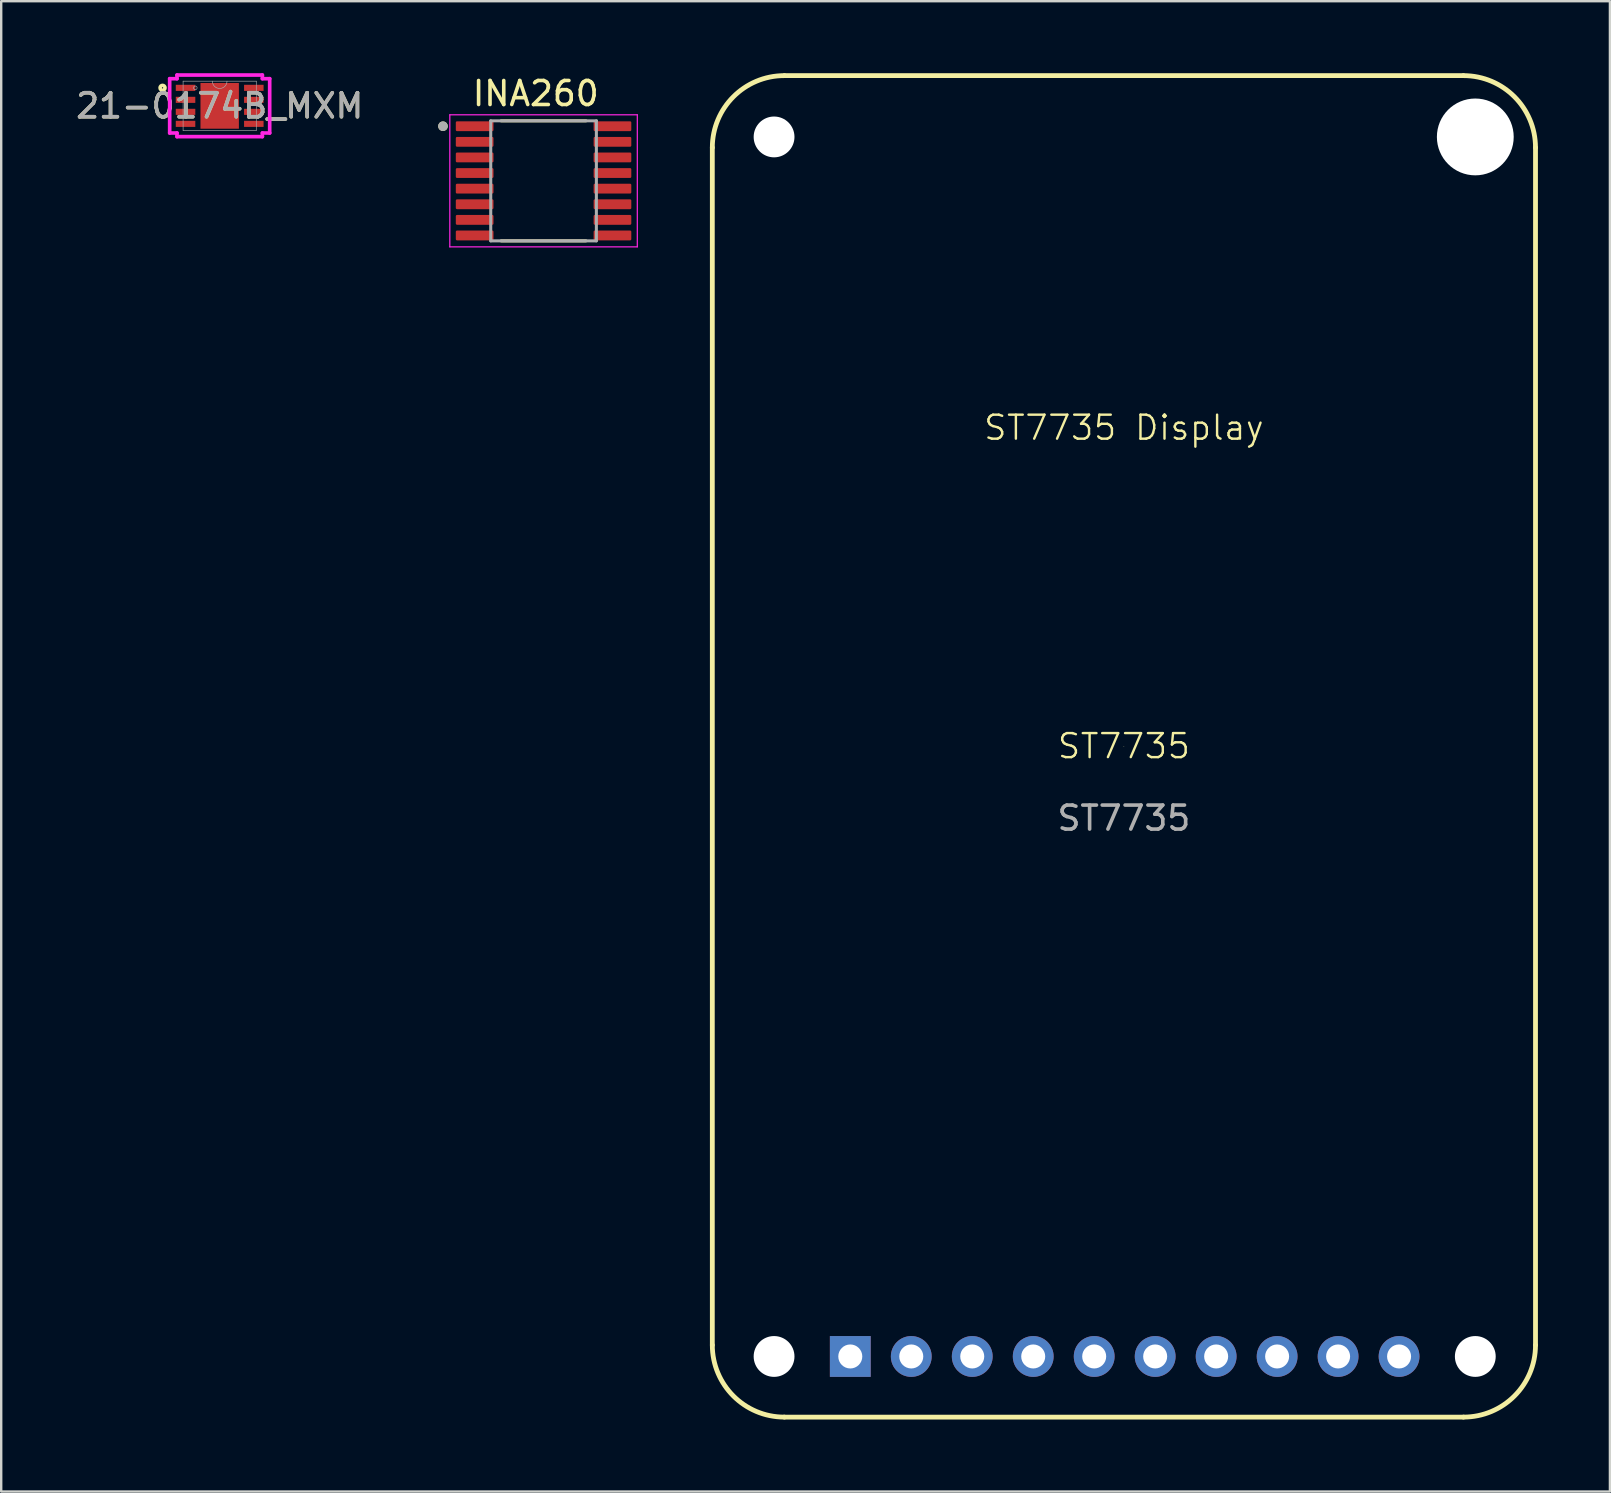
<source format=kicad_pcb>
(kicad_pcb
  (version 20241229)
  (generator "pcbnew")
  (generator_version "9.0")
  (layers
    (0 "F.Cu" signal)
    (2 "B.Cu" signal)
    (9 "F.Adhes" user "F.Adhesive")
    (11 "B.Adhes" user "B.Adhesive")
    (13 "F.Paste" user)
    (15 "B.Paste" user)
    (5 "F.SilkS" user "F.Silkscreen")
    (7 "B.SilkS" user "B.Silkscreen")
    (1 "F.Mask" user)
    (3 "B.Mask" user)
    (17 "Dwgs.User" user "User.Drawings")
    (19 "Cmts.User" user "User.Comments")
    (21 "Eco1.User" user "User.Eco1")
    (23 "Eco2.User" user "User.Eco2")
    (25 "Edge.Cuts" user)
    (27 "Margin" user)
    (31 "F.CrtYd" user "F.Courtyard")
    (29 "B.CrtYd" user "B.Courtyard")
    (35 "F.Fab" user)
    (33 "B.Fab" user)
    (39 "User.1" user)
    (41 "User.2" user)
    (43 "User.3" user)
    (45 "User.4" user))
  (footprint "21-0174B_MXM"
    (layer "F.Cu")
    (at 6.101 1.359)
    (property "Reference" "21-0174B_MXM" (at 0 0 0) (unlocked yes) (layer "F.SilkS") (effects (font (size 1 1) (thickness 0.15))))
    (attr smd)
    (fp_circle (center -2.38 -0.75) (end -2.278 -0.75) (stroke (width 0.152) (type solid)) (fill no) (layer "F.SilkS"))
    (fp_line (start -2.083 -1.131) (end -1.778 -1.131) (stroke (width 0.152) (type solid)) (layer "F.CrtYd"))
    (fp_line (start -2.083 1.131) (end -2.083 -1.131) (stroke (width 0.152) (type solid)) (layer "F.CrtYd"))
    (fp_line (start -2.083 1.131) (end -1.778 1.131) (stroke (width 0.152) (type solid)) (layer "F.CrtYd"))
    (fp_line (start -1.778 -1.283) (end 1.778 -1.283) (stroke (width 0.152) (type solid)) (layer "F.CrtYd"))
    (fp_line (start -1.778 -1.131) (end -1.778 -1.283) (stroke (width 0.152) (type solid)) (layer "F.CrtYd"))
    (fp_line (start -1.778 1.283) (end -1.778 1.131) (stroke (width 0.152) (type solid)) (layer "F.CrtYd"))
    (fp_line (start 1.778 -1.283) (end 1.778 -1.131) (stroke (width 0.152) (type solid)) (layer "F.CrtYd"))
    (fp_line (start 1.778 1.131) (end 1.778 1.283) (stroke (width 0.152) (type solid)) (layer "F.CrtYd"))
    (fp_line (start 1.778 1.283) (end -1.778 1.283) (stroke (width 0.152) (type solid)) (layer "F.CrtYd"))
    (fp_line (start 2.083 -1.131) (end 1.778 -1.131) (stroke (width 0.152) (type solid)) (layer "F.CrtYd"))
    (fp_line (start 2.083 -1.131) (end 2.083 1.131) (stroke (width 0.152) (type solid)) (layer "F.CrtYd"))
    (fp_line (start 2.083 1.131) (end 1.778 1.131) (stroke (width 0.152) (type solid)) (layer "F.CrtYd"))
    (fp_line (start -1.524 -1.029) (end -1.524 1.029) (stroke (width 0.025) (type solid)) (layer "F.Fab"))
    (fp_line (start -1.524 1.029) (end 1.524 1.029) (stroke (width 0.025) (type solid)) (layer "F.Fab"))
    (fp_line (start 1.524 -1.029) (end -1.524 -1.029) (stroke (width 0.025) (type solid)) (layer "F.Fab"))
    (fp_line (start 1.524 1.029) (end 1.524 -1.029) (stroke (width 0.025) (type solid)) (layer "F.Fab"))
    (fp_arc (start 0.3048 -1.0287) (mid 0 -0.7239) (end -0.3048 -1.0287) (stroke (width 0.0254) (type solid)) (layer "F.Fab"))
    (fp_circle (center -1.016 -0.75) (end -0.94 -0.75) (stroke (width 0.025) (type solid)) (fill no) (layer "F.Fab"))
    (fp_text user "${REFERENCE}" (at 0 0 0) (unlocked yes) (layer "F.Fab") (effects (font (size 1 1) (thickness 0.15))))
    (pad "1" smd rect (at -1.422 -0.75) (size 0.813 0.254) (layers "F.Cu" "F.Mask" "F.Paste"))
    (pad "2" smd rect (at -1.422 -0.25) (size 0.813 0.254) (layers "F.Cu" "F.Mask" "F.Paste"))
    (pad "3" smd rect (at -1.422 0.25) (size 0.813 0.254) (layers "F.Cu" "F.Mask" "F.Paste"))
    (pad "4" smd rect (at -1.422 0.75) (size 0.813 0.254) (layers "F.Cu" "F.Mask" "F.Paste"))
    (pad "5" smd rect (at 1.422 0.75) (size 0.813 0.254) (layers "F.Cu" "F.Mask" "F.Paste"))
    (pad "6" smd rect (at 1.422 0.25) (size 0.813 0.254) (layers "F.Cu" "F.Mask" "F.Paste"))
    (pad "7" smd rect (at 1.422 -0.25) (size 0.813 0.254) (layers "F.Cu" "F.Mask" "F.Paste"))
    (pad "8" smd rect (at 1.422 -0.75) (size 0.813 0.254) (layers "F.Cu" "F.Mask" "F.Paste"))
    (pad "9" smd rect (at 0 0) (size 1.6 1.905) (layers "F.Cu" "F.Mask" "F.Paste")))
  (footprint "INA260"
    (layer "F.Cu")
    (at 19.592 4.483)
    (property "Reference" "INA260" (at -0.325 -3.635 0) (layer "F.SilkS") (effects (font (size 1 1) (thickness 0.15))))
    (attr smd)
    (fp_line (start -1.765 -2.5) (end 1.765 -2.5) (stroke (width 0.127) (type solid)) (layer "F.SilkS"))
    (fp_line (start 1.765 2.5) (end -1.765 2.5) (stroke (width 0.127) (type solid)) (layer "F.SilkS"))
    (fp_circle (center -4.19 -2.275) (end -4.09 -2.275) (stroke (width 0.2) (type solid)) (fill no) (layer "F.SilkS"))
    (fp_line (start -3.905 -2.75) (end -3.905 2.75) (stroke (width 0.05) (type solid)) (layer "F.CrtYd"))
    (fp_line (start -3.905 -2.75) (end 3.905 -2.75) (stroke (width 0.05) (type solid)) (layer "F.CrtYd"))
    (fp_line (start -3.905 2.75) (end 3.905 2.75) (stroke (width 0.05) (type solid)) (layer "F.CrtYd"))
    (fp_line (start 3.905 -2.75) (end 3.905 2.75) (stroke (width 0.05) (type solid)) (layer "F.CrtYd"))
    (fp_line (start -2.2 -2.5) (end -2.2 2.5) (stroke (width 0.127) (type solid)) (layer "F.Fab"))
    (fp_line (start -2.2 -2.5) (end 2.2 -2.5) (stroke (width 0.127) (type solid)) (layer "F.Fab"))
    (fp_line (start -2.2 2.5) (end 2.2 2.5) (stroke (width 0.127) (type solid)) (layer "F.Fab"))
    (fp_line (start 2.2 -2.5) (end 2.2 2.5) (stroke (width 0.127) (type solid)) (layer "F.Fab"))
    (fp_circle (center -4.19 -2.275) (end -4.09 -2.275) (stroke (width 0.2) (type solid)) (fill no) (layer "F.Fab"))
    (pad "1" smd roundrect (at -2.87 -2.275) (size 1.57 0.41) (layers "F.Cu" "F.Mask" "F.Paste") (roundrect_rratio 0.125))
    (pad "2" smd roundrect (at -2.87 -1.625) (size 1.57 0.41) (layers "F.Cu" "F.Mask" "F.Paste") (roundrect_rratio 0.125))
    (pad "3" smd roundrect (at -2.87 -0.975) (size 1.57 0.41) (layers "F.Cu" "F.Mask" "F.Paste") (roundrect_rratio 0.125))
    (pad "4" smd roundrect (at -2.87 -0.325) (size 1.57 0.41) (layers "F.Cu" "F.Mask" "F.Paste") (roundrect_rratio 0.125))
    (pad "5" smd roundrect (at -2.87 0.325) (size 1.57 0.41) (layers "F.Cu" "F.Mask" "F.Paste") (roundrect_rratio 0.125))
    (pad "6" smd roundrect (at -2.87 0.975) (size 1.57 0.41) (layers "F.Cu" "F.Mask" "F.Paste") (roundrect_rratio 0.125))
    (pad "7" smd roundrect (at -2.87 1.625) (size 1.57 0.41) (layers "F.Cu" "F.Mask" "F.Paste") (roundrect_rratio 0.125))
    (pad "8" smd roundrect (at -2.87 2.275) (size 1.57 0.41) (layers "F.Cu" "F.Mask" "F.Paste") (roundrect_rratio 0.125))
    (pad "9" smd roundrect (at 2.87 2.275) (size 1.57 0.41) (layers "F.Cu" "F.Mask" "F.Paste") (roundrect_rratio 0.125))
    (pad "10" smd roundrect (at 2.87 1.625) (size 1.57 0.41) (layers "F.Cu" "F.Mask" "F.Paste") (roundrect_rratio 0.125))
    (pad "11" smd roundrect (at 2.87 0.975) (size 1.57 0.41) (layers "F.Cu" "F.Mask" "F.Paste") (roundrect_rratio 0.125))
    (pad "12" smd roundrect (at 2.87 0.325) (size 1.57 0.41) (layers "F.Cu" "F.Mask" "F.Paste") (roundrect_rratio 0.125))
    (pad "13" smd roundrect (at 2.87 -0.325) (size 1.57 0.41) (layers "F.Cu" "F.Mask" "F.Paste") (roundrect_rratio 0.125))
    (pad "14" smd roundrect (at 2.87 -0.975) (size 1.57 0.41) (layers "F.Cu" "F.Mask" "F.Paste") (roundrect_rratio 0.125))
    (pad "15" smd roundrect (at 2.87 -1.625) (size 1.57 0.41) (layers "F.Cu" "F.Mask" "F.Paste") (roundrect_rratio 0.125))
    (pad "16" smd roundrect (at 2.87 -2.275) (size 1.57 0.41) (layers "F.Cu" "F.Mask" "F.Paste") (roundrect_rratio 0.125)))
  (footprint "ST7735"
    (layer "F.Cu")
    (at 43.767 28.05)
    (property "Reference" "ST7735" (at 0 -0.02 0) (unlocked yes) (layer "F.SilkS") (effects (font (size 1 1) (thickness 0.1))))
    (attr through_hole)
    (fp_line (start -17.145 24.93) (end -17.145 -24.95) (stroke (width 0.2) (type default)) (layer "F.SilkS"))
    (fp_line (start -14.145 -27.95) (end 14.145 -27.95) (stroke (width 0.2) (type default)) (layer "F.SilkS"))
    (fp_line (start -14.145 27.93) (end 14.145 27.93) (stroke (width 0.2) (type default)) (layer "F.SilkS"))
    (fp_line (start 17.145 24.93) (end 17.145 -24.95) (stroke (width 0.2) (type default)) (layer "F.SilkS"))
    (fp_arc (start -17.145 -24.95) (mid -16.26632 -27.07132) (end -14.145 -27.95) (stroke (width 0.2) (type default)) (layer "F.SilkS"))
    (fp_arc (start -14.144999 27.93) (mid -16.26632 27.05132) (end -17.145 24.929999) (stroke (width 0.2) (type default)) (layer "F.SilkS"))
    (fp_arc (start 14.145 -27.95) (mid 16.26632 -27.07132) (end 17.145 -24.95) (stroke (width 0.2) (type default)) (layer "F.SilkS"))
    (fp_arc (start 17.145 24.929999) (mid 16.26632 27.05132) (end 14.144999 27.93) (stroke (width 0.2) (type default)) (layer "F.SilkS"))
    (fp_circle (center 0 -0.01) (end 0 -0.02) (stroke (width 0.0001) (type default)) (fill yes) (layer "F.SilkS"))
    (fp_circle (center 0 -0.01) (end 0 -0.02) (stroke (width 0.0001) (type default)) (fill yes) (layer "F.SilkS"))
    (fp_text user "ST7735 Display" (at 0 -12.7 0) (unlocked yes) (layer "F.SilkS") (effects (font (size 1 1) (thickness 0.1)) (justify bottom)))
    (fp_text user "${REFERENCE}" (at 0 2.98 0) (unlocked yes) (layer "F.Fab") (effects (font (size 1 1) (thickness 0.15))))
    (pad "" np_thru_hole circle (at -14.573 -25.396) (size 1.7 1.7) (drill 3.2) (layers "*.Cu" "*.Mask"))
    (pad "" np_thru_hole circle (at -14.573 25.404) (size 1.7 1.7) (drill 3.2) (layers "*.Cu" "*.Mask"))
    (pad "" np_thru_hole circle (at 14.637 -25.396) (size 3.2 3.2) (drill 3.2) (layers "*.Cu" "*.Mask"))
    (pad "" np_thru_hole circle (at 14.637 25.404) (size 1.7 1.7) (drill 3.2) (layers "*.Cu" "*.Mask"))
    (pad "1" thru_hole rect (at -11.398 25.404) (size 1.7 1.7) (drill 1) (layers "*.Cu" "*.Mask"))
    (pad "2" thru_hole circle (at -8.858 25.404) (size 1.7 1.7) (drill 1) (layers "*.Cu" "*.Mask"))
    (pad "3" thru_hole circle (at -6.318 25.404) (size 1.7 1.7) (drill 1) (layers "*.Cu" "*.Mask"))
    (pad "4" thru_hole circle (at -3.778 25.404) (size 1.7 1.7) (drill 1) (layers "*.Cu" "*.Mask"))
    (pad "5" thru_hole circle (at -1.238 25.404) (size 1.7 1.7) (drill 1) (layers "*.Cu" "*.Mask"))
    (pad "6" thru_hole circle (at 1.302 25.404) (size 1.7 1.7) (drill 1) (layers "*.Cu" "*.Mask"))
    (pad "7" thru_hole circle (at 3.842 25.404) (size 1.7 1.7) (drill 1) (layers "*.Cu" "*.Mask"))
    (pad "8" thru_hole circle (at 6.382 25.404) (size 1.7 1.7) (drill 1) (layers "*.Cu" "*.Mask"))
    (pad "9" thru_hole circle (at 8.922 25.404) (size 1.7 1.7) (drill 1) (layers "*.Cu" "*.Mask"))
    (pad "10" thru_hole circle (at 11.462 25.404) (size 1.7 1.7) (drill 1) (layers "*.Cu" "*.Mask")))
  (gr_rect
    (start -3 -3)
    (end 64.012 59.08)
    (stroke (width 0.1) (type default))
    (fill no)
    (layer "Edge.Cuts")))
</source>
